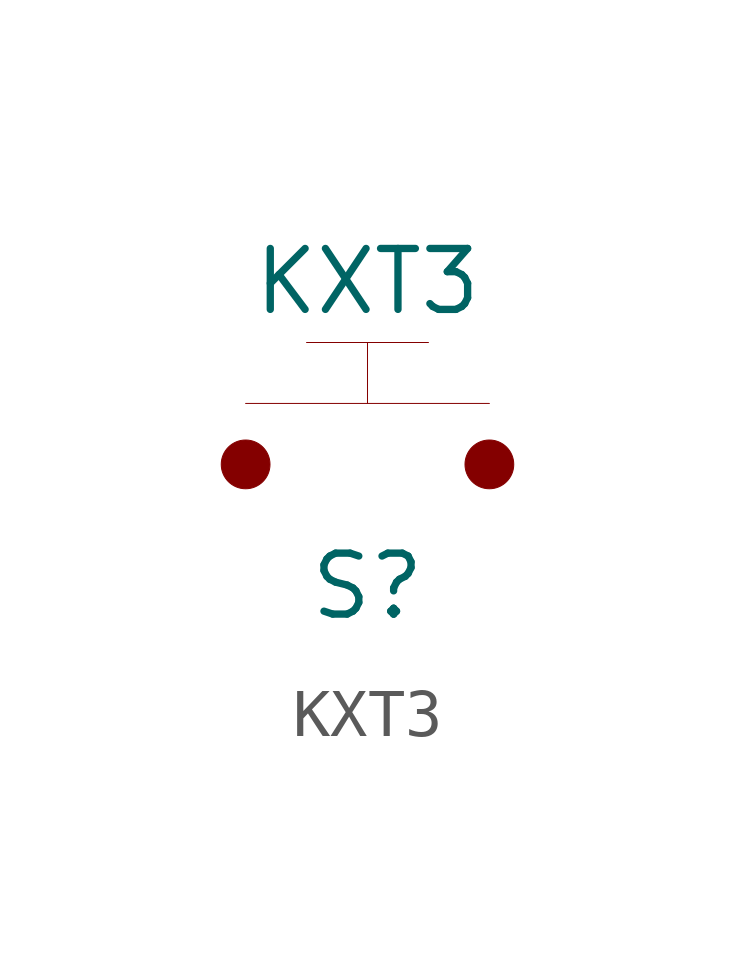
<source format=kicad_sym>
(kicad_symbol_lib
  (version 20200908)
  (generator kicad_symbol_editor)
  (symbol "KXT3:KXT3"
    (pin_numbers hide)
    (pin_names
      (offset 1.016) hide)
    (property "Reference" "S"
      (at 0 -2.54 0)
      (effects (font (size 1.27 1.27))))
    (property "Value" "KXT3"
      (at 0 3.81 0)
      (effects (font (size 1.27 1.27))))
    (symbol "KXT3_0_1"
      (circle (center 2.54 0) (radius 0.508) (stroke (width 0.001)) (fill (type outline)))
      (circle (center -2.54 0) (radius 0.508) (stroke (width 0.001)) (fill (type outline)))
      (polyline (pts (xy -2.54 1.27) (xy 2.54 1.27)) (stroke (width 0.001)) (fill (type none)))
      (polyline (pts (xy 0 1.27) (xy 0 2.54) (xy -1.27 2.54) (xy 1.27 2.54)) (stroke (width 0.001)) (fill (type none))))
    (symbol "KXT3_0_0"
      (pin unspecified line (at -2.54 0 0) (length 2.54) hide (name "1" (effects (font (size 1.27 1.27)))) (number "1" (effects (font (size 1.27 1.27)))))
      (pin unspecified line (at 2.54 0 180) (length 2.54) hide (name "2" (effects (font (size 1.27 1.27)))) (number "2" (effects (font (size 1.27 1.27))))))))
</source>
